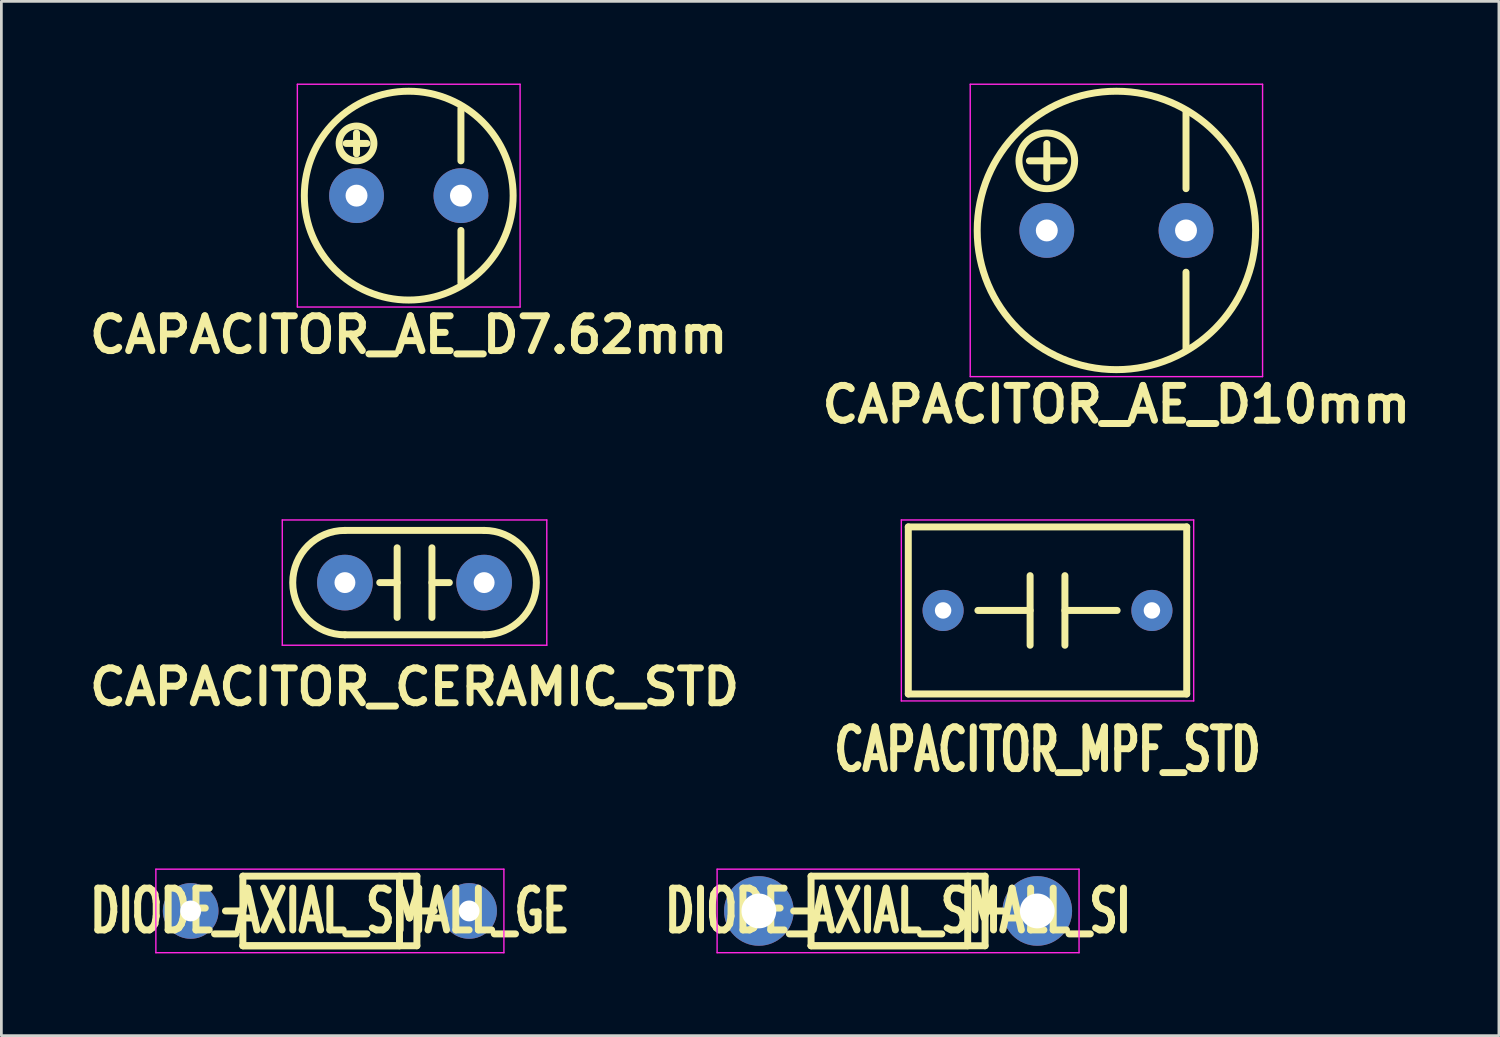
<source format=kicad_pcb>
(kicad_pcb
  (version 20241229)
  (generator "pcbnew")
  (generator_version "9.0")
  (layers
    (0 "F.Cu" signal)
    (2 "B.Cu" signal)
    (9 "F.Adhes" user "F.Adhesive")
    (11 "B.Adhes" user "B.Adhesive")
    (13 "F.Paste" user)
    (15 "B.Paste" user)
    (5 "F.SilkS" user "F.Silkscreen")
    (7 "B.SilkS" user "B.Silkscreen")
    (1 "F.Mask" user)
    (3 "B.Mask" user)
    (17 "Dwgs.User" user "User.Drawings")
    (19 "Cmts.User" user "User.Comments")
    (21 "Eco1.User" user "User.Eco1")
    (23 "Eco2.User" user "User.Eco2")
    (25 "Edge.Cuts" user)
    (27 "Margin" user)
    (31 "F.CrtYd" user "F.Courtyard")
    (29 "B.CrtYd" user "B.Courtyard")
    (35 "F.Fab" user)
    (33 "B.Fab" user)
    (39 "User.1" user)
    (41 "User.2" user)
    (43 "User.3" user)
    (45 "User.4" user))
  (footprint "CAPACITOR_AE_D10mm"
    (layer "F.Cu")
    (at 37.689 5.359)
    (property "Reference" "CAPACITOR_AE_D10mm" (at 0 6.35 0) (layer "F.SilkS") (effects (font (size 1.27 1.27) (thickness 0.254))))
    (attr through_hole)
    (fp_line (start -3.175 -2.54) (end -1.905 -2.54) (stroke (width 0.254) (type solid)) (layer "F.SilkS"))
    (fp_line (start -2.54 -3.175) (end -2.54 -1.905) (stroke (width 0.254) (type solid)) (layer "F.SilkS"))
    (fp_line (start 2.54 -4.318) (end 2.54 -1.524) (stroke (width 0.254) (type solid)) (layer "F.SilkS"))
    (fp_line (start 2.54 1.524) (end 2.54 4.318) (stroke (width 0.254) (type solid)) (layer "F.SilkS"))
    (fp_circle (center -2.54 -2.54) (end -1.524 -2.54) (stroke (width 0.254) (type solid)) (fill no) (layer "F.SilkS"))
    (fp_circle (center 0 0) (end 5.08 0) (stroke (width 0.254) (type solid)) (fill no) (layer "F.SilkS"))
    (fp_line (start -5.334 -5.334) (end 5.334 -5.334) (stroke (width 0.051) (type solid)) (layer "F.CrtYd"))
    (fp_line (start -5.334 5.334) (end -5.334 -5.334) (stroke (width 0.051) (type solid)) (layer "F.CrtYd"))
    (fp_line (start 5.334 -5.334) (end 5.334 5.334) (stroke (width 0.051) (type solid)) (layer "F.CrtYd"))
    (fp_line (start 5.334 5.334) (end -5.334 5.334) (stroke (width 0.051) (type solid)) (layer "F.CrtYd"))
    (pad "1" thru_hole circle (at -2.54 0) (size 2 2) (drill 0.8) (layers "*.Cu" "*.Mask"))
    (pad "2" thru_hole circle (at 2.54 0) (size 2 2) (drill 0.8) (layers "*.Cu" "*.Mask")))
  (footprint "CAPACITOR_AE_D7.62mm"
    (layer "F.Cu")
    (at 11.865 4.089)
    (property "Reference" "CAPACITOR_AE_D7.62mm" (at 0 5.08 0) (layer "F.SilkS") (effects (font (size 1.27 1.27) (thickness 0.254))))
    (attr through_hole)
    (fp_line (start -2.286 -1.905) (end -1.524 -1.905) (stroke (width 0.254) (type solid)) (layer "F.SilkS"))
    (fp_line (start -1.905 -2.286) (end -1.905 -1.524) (stroke (width 0.254) (type solid)) (layer "F.SilkS"))
    (fp_line (start 1.905 -3.175) (end 1.905 -1.27) (stroke (width 0.254) (type solid)) (layer "F.SilkS"))
    (fp_line (start 1.905 1.27) (end 1.905 3.175) (stroke (width 0.254) (type solid)) (layer "F.SilkS"))
    (fp_circle (center -1.905 -1.905) (end -1.27 -1.905) (stroke (width 0.254) (type solid)) (fill no) (layer "F.SilkS"))
    (fp_circle (center 0 0) (end 3.81 0) (stroke (width 0.254) (type solid)) (fill no) (layer "F.SilkS"))
    (fp_line (start -4.064 -4.064) (end 4.064 -4.064) (stroke (width 0.051) (type solid)) (layer "F.CrtYd"))
    (fp_line (start -4.064 4.064) (end -4.064 -4.064) (stroke (width 0.051) (type solid)) (layer "F.CrtYd"))
    (fp_line (start 4.064 -4.064) (end 4.064 4.064) (stroke (width 0.051) (type solid)) (layer "F.CrtYd"))
    (fp_line (start 4.064 4.064) (end -4.064 4.064) (stroke (width 0.051) (type solid)) (layer "F.CrtYd"))
    (pad "1" thru_hole circle (at -1.905 0) (size 2 2) (drill 0.8) (layers "*.Cu" "*.Mask"))
    (pad "2" thru_hole circle (at 1.905 0) (size 2 2) (drill 0.8) (layers "*.Cu" "*.Mask")))
  (footprint "DIODE_AXIAL_SMALL_SI"
    (layer "F.Cu")
    (at 29.722 30.192)
    (property "Reference" "DIODE_AXIAL_SMALL_SI" (at 0 0 0) (layer "F.SilkS") (effects (font (size 1.524 1.016) (thickness 0.254))))
    (attr through_hole)
    (fp_line (start -3.175 -1.27) (end -3.175 1.27) (stroke (width 0.254) (type solid)) (layer "F.SilkS"))
    (fp_line (start -3.175 0) (end -3.81 0) (stroke (width 0.254) (type solid)) (layer "F.SilkS"))
    (fp_line (start -3.175 1.27) (end 3.175 1.27) (stroke (width 0.254) (type solid)) (layer "F.SilkS"))
    (fp_line (start 2.54 -1.27) (end 2.54 1.27) (stroke (width 0.254) (type solid)) (layer "F.SilkS"))
    (fp_line (start 2.54 1.27) (end -3.175 1.27) (stroke (width 0.254) (type solid)) (layer "F.SilkS"))
    (fp_line (start 3.175 -1.27) (end -3.175 -1.27) (stroke (width 0.254) (type solid)) (layer "F.SilkS"))
    (fp_line (start 3.175 0) (end 3.81 0) (stroke (width 0.254) (type solid)) (layer "F.SilkS"))
    (fp_line (start 3.175 1.27) (end 3.175 -1.27) (stroke (width 0.254) (type solid)) (layer "F.SilkS"))
    (fp_line (start -6.604 -1.524) (end -6.604 1.524) (stroke (width 0.051) (type solid)) (layer "F.CrtYd"))
    (fp_line (start -6.604 1.524) (end 6.604 1.524) (stroke (width 0.051) (type solid)) (layer "F.CrtYd"))
    (fp_line (start 6.604 -1.524) (end -6.604 -1.524) (stroke (width 0.051) (type solid)) (layer "F.CrtYd"))
    (fp_line (start 6.604 1.524) (end 6.604 -1.524) (stroke (width 0.051) (type solid)) (layer "F.CrtYd"))
    (pad "1" thru_hole circle (at -5.08 0) (size 2.54 2.54) (drill 1.27) (layers "*.Cu" "*.Mask"))
    (pad "2" thru_hole circle (at 5.08 0) (size 2.54 2.54) (drill 1.27) (layers "*.Cu" "*.Mask")))
  (footprint "CAPACITOR_MPF_STD"
    (layer "F.Cu")
    (at 35.175 19.226)
    (property "Reference" "CAPACITOR_MPF_STD" (at 0 5.08 0) (layer "F.SilkS") (effects (font (size 1.524 1.016) (thickness 0.254))))
    (attr through_hole)
    (fp_line (start -5.08 3.048) (end -5.08 -3.048) (stroke (width 0.254) (type solid)) (layer "F.SilkS"))
    (fp_line (start -0.635 -1.27) (end -0.635 1.27) (stroke (width 0.254) (type solid)) (layer "F.SilkS"))
    (fp_line (start -0.635 0) (end -2.54 0) (stroke (width 0.254) (type solid)) (layer "F.SilkS"))
    (fp_line (start 0.635 -1.27) (end 0.635 1.27) (stroke (width 0.254) (type solid)) (layer "F.SilkS"))
    (fp_line (start 0.635 0) (end 2.54 0) (stroke (width 0.254) (type solid)) (layer "F.SilkS"))
    (fp_line (start 5.08 -3.048) (end -5.08 -3.048) (stroke (width 0.254) (type solid)) (layer "F.SilkS"))
    (fp_line (start 5.08 -3.048) (end 5.08 3.048) (stroke (width 0.254) (type solid)) (layer "F.SilkS"))
    (fp_line (start 5.08 3.048) (end -5.08 3.048) (stroke (width 0.254) (type solid)) (layer "F.SilkS"))
    (fp_line (start -5.334 -3.302) (end -5.334 3.302) (stroke (width 0.051) (type solid)) (layer "F.CrtYd"))
    (fp_line (start -5.334 3.302) (end 5.334 3.302) (stroke (width 0.051) (type solid)) (layer "F.CrtYd"))
    (fp_line (start 5.334 -3.302) (end -5.334 -3.302) (stroke (width 0.051) (type solid)) (layer "F.CrtYd"))
    (fp_line (start 5.334 3.302) (end 5.334 -3.302) (stroke (width 0.051) (type solid)) (layer "F.CrtYd"))
    (pad "1" thru_hole circle (at -3.81 0) (size 1.5 1.5) (drill 0.6) (layers "*.Cu" "*.Mask"))
    (pad "2" thru_hole circle (at 3.81 0) (size 1.5 1.5) (drill 0.6) (layers "*.Cu" "*.Mask")))
  (footprint "CAPACITOR_CERAMIC_STD"
    (layer "F.Cu")
    (at 12.077 18.21)
    (property "Reference" "CAPACITOR_CERAMIC_STD" (at 0 3.81 0) (layer "F.SilkS") (effects (font (size 1.27 1.27) (thickness 0.254))))
    (attr through_hole)
    (fp_line (start -0.635 -1.27) (end -0.635 1.27) (stroke (width 0.254) (type solid)) (layer "F.SilkS"))
    (fp_line (start -0.635 0) (end -1.27 0) (stroke (width 0.254) (type solid)) (layer "F.SilkS"))
    (fp_line (start 0.635 -1.27) (end 0.635 1.27) (stroke (width 0.254) (type solid)) (layer "F.SilkS"))
    (fp_line (start 0.635 0) (end 1.27 0) (stroke (width 0.254) (type solid)) (layer "F.SilkS"))
    (fp_line (start 2.54 -1.905) (end -2.54 -1.905) (stroke (width 0.254) (type solid)) (layer "F.SilkS"))
    (fp_line (start 2.54 1.905) (end -2.54 1.905) (stroke (width 0.254) (type solid)) (layer "F.SilkS"))
    (fp_arc (start -2.54 1.905) (mid -4.445 0) (end -2.54 -1.905) (stroke (width 0.254) (type solid)) (layer "F.SilkS"))
    (fp_arc (start 2.54 -1.905) (mid 4.445 0) (end 2.54 1.905) (stroke (width 0.254) (type solid)) (layer "F.SilkS"))
    (fp_line (start -4.826 -2.286) (end -4.826 2.286) (stroke (width 0.051) (type solid)) (layer "F.CrtYd"))
    (fp_line (start 4.826 -2.286) (end -4.826 -2.286) (stroke (width 0.051) (type solid)) (layer "F.CrtYd"))
    (fp_line (start 4.826 -2.286) (end 4.826 2.286) (stroke (width 0.051) (type solid)) (layer "F.CrtYd"))
    (fp_line (start 4.826 2.286) (end -4.826 2.286) (stroke (width 0.051) (type solid)) (layer "F.CrtYd"))
    (pad "1" thru_hole circle (at -2.54 0) (size 2.032 2.032) (drill 0.762) (layers "*.Cu" "*.Mask"))
    (pad "2" thru_hole circle (at 2.54 0) (size 2.032 2.032) (drill 0.762) (layers "*.Cu" "*.Mask")))
  (footprint "DIODE_AXIAL_SMALL_GE"
    (layer "F.Cu")
    (at 8.988 30.192)
    (property "Reference" "DIODE_AXIAL_SMALL_GE" (at 0 0 0) (layer "F.SilkS") (effects (font (size 1.524 1.016) (thickness 0.254))))
    (attr through_hole)
    (fp_line (start -3.175 -1.27) (end -3.175 1.27) (stroke (width 0.254) (type solid)) (layer "F.SilkS"))
    (fp_line (start -3.175 0) (end -3.81 0) (stroke (width 0.254) (type solid)) (layer "F.SilkS"))
    (fp_line (start -3.175 1.27) (end 3.175 1.27) (stroke (width 0.254) (type solid)) (layer "F.SilkS"))
    (fp_line (start 2.54 -1.27) (end 2.54 1.27) (stroke (width 0.254) (type solid)) (layer "F.SilkS"))
    (fp_line (start 2.54 1.27) (end -3.175 1.27) (stroke (width 0.254) (type solid)) (layer "F.SilkS"))
    (fp_line (start 3.175 -1.27) (end -3.175 -1.27) (stroke (width 0.254) (type solid)) (layer "F.SilkS"))
    (fp_line (start 3.175 0) (end 3.81 0) (stroke (width 0.254) (type solid)) (layer "F.SilkS"))
    (fp_line (start 3.175 1.27) (end 3.175 -1.27) (stroke (width 0.254) (type solid)) (layer "F.SilkS"))
    (fp_line (start -6.35 -1.524) (end 6.35 -1.524) (stroke (width 0.051) (type solid)) (layer "F.CrtYd"))
    (fp_line (start -6.35 1.524) (end -6.35 -1.524) (stroke (width 0.051) (type solid)) (layer "F.CrtYd"))
    (fp_line (start 6.35 -1.524) (end 6.35 1.524) (stroke (width 0.051) (type solid)) (layer "F.CrtYd"))
    (fp_line (start 6.35 1.524) (end -6.35 1.524) (stroke (width 0.051) (type solid)) (layer "F.CrtYd"))
    (pad "1" thru_hole circle (at -5.08 0) (size 2.032 2.032) (drill 0.762) (layers "*.Cu" "*.Mask"))
    (pad "2" thru_hole circle (at 5.08 0) (size 2.032 2.032) (drill 0.762) (layers "*.Cu" "*.Mask")))
  (gr_rect
    (start -3 -3)
    (end 51.647 34.742)
    (stroke (width 0.1) (type default))
    (fill no)
    (layer "Edge.Cuts")))
</source>
